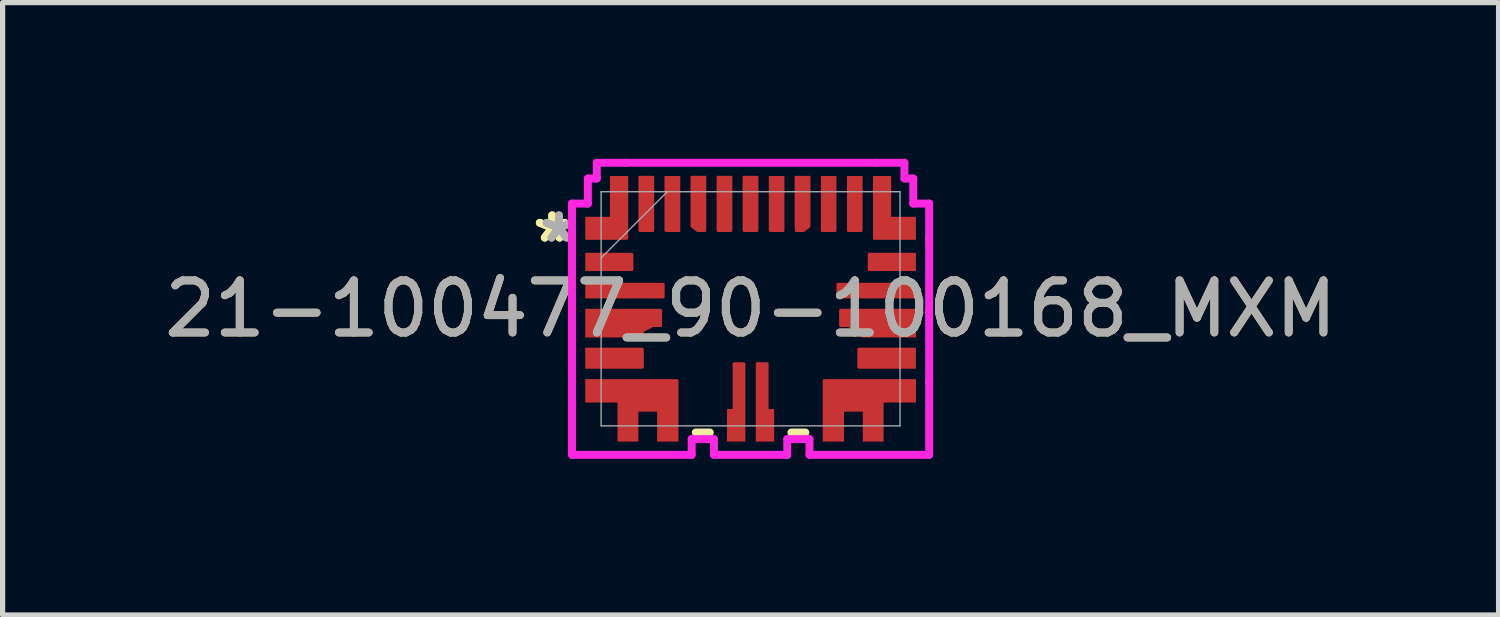
<source format=kicad_pcb>
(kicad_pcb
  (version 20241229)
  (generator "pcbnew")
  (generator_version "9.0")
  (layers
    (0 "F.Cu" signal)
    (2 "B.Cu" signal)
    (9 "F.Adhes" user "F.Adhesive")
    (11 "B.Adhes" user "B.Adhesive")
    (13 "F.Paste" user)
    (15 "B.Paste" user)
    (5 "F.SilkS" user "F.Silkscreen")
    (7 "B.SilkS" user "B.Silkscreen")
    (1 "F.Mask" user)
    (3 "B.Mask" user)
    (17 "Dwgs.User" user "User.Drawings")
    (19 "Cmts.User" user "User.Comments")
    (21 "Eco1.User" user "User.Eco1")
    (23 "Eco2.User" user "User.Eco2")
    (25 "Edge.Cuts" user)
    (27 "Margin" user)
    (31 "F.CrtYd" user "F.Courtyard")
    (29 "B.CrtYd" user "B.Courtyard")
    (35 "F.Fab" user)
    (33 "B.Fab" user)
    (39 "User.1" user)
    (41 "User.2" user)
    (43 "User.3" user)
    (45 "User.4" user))
  (footprint "21-100477_90-100168_MXM"
    (layer "F.Cu")
    (at 11.363 2.88)
    (property "Reference" "21-100477_90-100168_MXM" (at 0 0 0) (unlocked yes) (layer "F.SilkS") (effects (font (size 1 1) (thickness 0.15))))
    (attr smd)
    (fp_line (start -0.783 2.375) (end -1.052 2.375) (stroke (width 0.152) (type solid)) (layer "F.SilkS"))
    (fp_line (start 1.052 2.375) (end 0.783 2.375) (stroke (width 0.152) (type solid)) (layer "F.SilkS"))
    (fp_line (start -3.429 -2.021) (end -3.429 -1.329) (stroke (width 0.152) (type solid)) (layer "F.CrtYd"))
    (fp_line (start -3.429 -1.329) (end -3.429 -1.329) (stroke (width 0.152) (type solid)) (layer "F.CrtYd"))
    (fp_line (start -3.429 -1.329) (end -3.429 1.096) (stroke (width 0.152) (type solid)) (layer "F.CrtYd"))
    (fp_line (start -3.429 1.096) (end -3.429 1.096) (stroke (width 0.152) (type solid)) (layer "F.CrtYd"))
    (fp_line (start -3.429 1.096) (end -3.429 2.804) (stroke (width 0.152) (type solid)) (layer "F.CrtYd"))
    (fp_line (start -3.429 2.804) (end -1.131 2.804) (stroke (width 0.152) (type solid)) (layer "F.CrtYd"))
    (fp_line (start -3.124 -2.502) (end -3.124 -2.021) (stroke (width 0.152) (type solid)) (layer "F.CrtYd"))
    (fp_line (start -3.124 -2.021) (end -3.429 -2.021) (stroke (width 0.152) (type solid)) (layer "F.CrtYd"))
    (fp_line (start -2.954 -2.804) (end -2.954 -2.502) (stroke (width 0.152) (type solid)) (layer "F.CrtYd"))
    (fp_line (start -2.954 -2.502) (end -3.124 -2.502) (stroke (width 0.152) (type solid)) (layer "F.CrtYd"))
    (fp_line (start -2.405 -2.804) (end -2.954 -2.804) (stroke (width 0.152) (type solid)) (layer "F.CrtYd"))
    (fp_line (start -2.405 -2.804) (end -2.405 -2.804) (stroke (width 0.152) (type solid)) (layer "F.CrtYd"))
    (fp_line (start -1.131 2.502) (end -0.704 2.502) (stroke (width 0.152) (type solid)) (layer "F.CrtYd"))
    (fp_line (start -1.131 2.804) (end -1.131 2.502) (stroke (width 0.152) (type solid)) (layer "F.CrtYd"))
    (fp_line (start -0.704 2.502) (end -0.704 2.804) (stroke (width 0.152) (type solid)) (layer "F.CrtYd"))
    (fp_line (start -0.704 2.804) (end 0.704 2.804) (stroke (width 0.152) (type solid)) (layer "F.CrtYd"))
    (fp_line (start 0.704 2.502) (end 1.131 2.502) (stroke (width 0.152) (type solid)) (layer "F.CrtYd"))
    (fp_line (start 0.704 2.804) (end 0.704 2.502) (stroke (width 0.152) (type solid)) (layer "F.CrtYd"))
    (fp_line (start 1.131 2.502) (end 1.131 2.804) (stroke (width 0.152) (type solid)) (layer "F.CrtYd"))
    (fp_line (start 1.131 2.804) (end 3.429 2.804) (stroke (width 0.152) (type solid)) (layer "F.CrtYd"))
    (fp_line (start 2.405 -2.804) (end -2.405 -2.804) (stroke (width 0.152) (type solid)) (layer "F.CrtYd"))
    (fp_line (start 2.405 -2.804) (end 2.405 -2.804) (stroke (width 0.152) (type solid)) (layer "F.CrtYd"))
    (fp_line (start 2.954 -2.804) (end 2.405 -2.804) (stroke (width 0.152) (type solid)) (layer "F.CrtYd"))
    (fp_line (start 2.954 -2.502) (end 2.954 -2.804) (stroke (width 0.152) (type solid)) (layer "F.CrtYd"))
    (fp_line (start 3.124 -2.502) (end 2.954 -2.502) (stroke (width 0.152) (type solid)) (layer "F.CrtYd"))
    (fp_line (start 3.124 -2.021) (end 3.124 -2.502) (stroke (width 0.152) (type solid)) (layer "F.CrtYd"))
    (fp_line (start 3.429 -2.021) (end 3.124 -2.021) (stroke (width 0.152) (type solid)) (layer "F.CrtYd"))
    (fp_line (start 3.429 -1.329) (end 3.429 -2.021) (stroke (width 0.152) (type solid)) (layer "F.CrtYd"))
    (fp_line (start 3.429 -1.329) (end 3.429 -1.329) (stroke (width 0.152) (type solid)) (layer "F.CrtYd"))
    (fp_line (start 3.429 0.054) (end 3.429 -1.329) (stroke (width 0.152) (type solid)) (layer "F.CrtYd"))
    (fp_line (start 3.429 0.054) (end 3.429 0.054) (stroke (width 0.152) (type solid)) (layer "F.CrtYd"))
    (fp_line (start 3.429 1.404) (end 3.429 0.054) (stroke (width 0.152) (type solid)) (layer "F.CrtYd"))
    (fp_line (start 3.429 1.404) (end 3.429 1.404) (stroke (width 0.152) (type solid)) (layer "F.CrtYd"))
    (fp_line (start 3.429 2.804) (end 3.429 1.404) (stroke (width 0.152) (type solid)) (layer "F.CrtYd"))
    (fp_line (start -2.87 -2.248) (end -2.87 2.248) (stroke (width 0.025) (type solid)) (layer "F.Fab"))
    (fp_line (start -2.87 -0.978) (end -1.6 -2.248) (stroke (width 0.025) (type solid)) (layer "F.Fab"))
    (fp_line (start -2.87 2.248) (end 2.87 2.248) (stroke (width 0.025) (type solid)) (layer "F.Fab"))
    (fp_line (start 2.87 -2.248) (end -2.87 -2.248) (stroke (width 0.025) (type solid)) (layer "F.Fab"))
    (fp_line (start 2.87 2.248) (end 2.87 -2.248) (stroke (width 0.025) (type solid)) (layer "F.Fab"))
    (fp_text user "*" (at -3.81 -1.25 0) (unlocked yes) (layer "F.SilkS") (effects (font (size 1 1) (thickness 0.15))))
    (fp_text user "*" (at -3.81 -1.25 0) (layer "F.SilkS") (effects (font (size 1 1) (thickness 0.15))))
    (fp_text user "*" (at -3.679 -1.25 0) (layer "F.Fab") (effects (font (size 1 1) (thickness 0.15))))
    (fp_text user "${REFERENCE}" (at 0 0 0) (unlocked yes) (layer "F.Fab") (effects (font (size 1 1) (thickness 0.15))))
    (fp_text user "*" (at -3.679 -1.25 0) (unlocked yes) (layer "F.Fab") (effects (font (size 1 1) (thickness 0.15))))
    (pad "1" smd custom (at -2.525 -1.947) (size 0.35 1.206) (layers "F.Cu" "F.Mask" "F.Paste") (options (anchor rect)) (primitives (gr_poly (pts (xy 0.175 -0.603) (xy -0.175 -0.603) (xy -0.175 0.18) (xy -0.65 0.18) (xy -0.65 0.622) (xy 0.156 0.622) (xy 0.175 0.603)) (width 0) (fill yes))))
    (pad "2" smd custom (at -2.721 -0.899) (size 0.905 0.348) (layers "F.Cu" "F.Mask" "F.Paste") (options (anchor rect)) (primitives (gr_poly (pts (xy -0.454 -0.176) (xy -0.454 0.174) (xy 0.452 0.174) (xy 0.471 0.155) (xy 0.471 -0.157) (xy 0.452 -0.176)) (width 0) (fill yes))))
    (pad "3" smd custom (at -2.421 -0.347) (size 1.505 0.293) (layers "F.Cu" "F.Mask" "F.Paste") (options (anchor rect)) (primitives (gr_poly (pts (xy -0.754 0.147) (xy -0.754 -0.153) (xy 0.752 -0.153) (xy 0.771 -0.135) (xy 0.771 0.128) (xy 0.752 0.147)) (width 0) (fill yes))))
    (pad "4" smd custom (at -2.657 0.278) (size 1.034 0.544) (layers "F.Cu" "F.Mask" "F.Paste") (options (anchor rect)) (primitives (gr_poly (pts (xy -0.518 -0.278) (xy 0.938 -0.278) (xy 0.957 -0.259) (xy 0.957 0.053) (xy 0.938 0.072) (xy 0.782 0.072) (xy 0.625 0.154) (xy 0.561 0.217) (xy 0.536 0.253) (xy 0.517 0.272) (xy -0.518 0.272)) (width 0) (fill yes))))
    (pad "5" smd custom (at -2.621 0.948 90) (size 0.404 1.105) (layers "F.Cu" "F.Mask" "F.Paste") (options (anchor rect)) (primitives (gr_poly (pts (xy 0.198 -0.554) (xy -0.202 -0.554) (xy -0.202 0.552) (xy -0.183 0.571) (xy 0.179 0.571) (xy 0.198 0.552)) (width 0) (fill yes))))
    (pad "6" smd custom (at -2.282 1.578) (size 1.784 0.444) (layers "F.Cu" "F.Mask" "F.Paste") (options (anchor rect)) (primitives (gr_poly (pts (xy -0.893 -0.228) (xy -0.893 0.222) (xy -0.273 0.222) (xy -0.273 0.972) (xy 0.127 0.972) (xy 0.127 0.397) (xy 0.487 0.397) (xy 0.487 0.972) (xy 0.897 0.972) (xy 0.897 -0.209) (xy 0.878 -0.228)) (width 0) (fill yes))))
    (pad "7" smd custom (at -0.277 2.238 90) (size 0.624 0.353) (layers "F.Cu" "F.Mask" "F.Paste") (options (anchor rect)) (primitives (gr_poly (pts (xy -0.312 -0.173) (xy -0.312 0.177) (xy 1.194 0.177) (xy 1.213 0.158) (xy 1.213 -0.05) (xy 1.194 -0.068) (xy 0.313 -0.068) (xy 0.313 -0.173)) (width 0) (fill yes))))
    (pad "8" smd custom (at 0.277 2.238 90) (size 0.624 0.353) (layers "F.Cu" "F.Mask" "F.Paste") (options (anchor rect)) (primitives (gr_poly (pts (xy -0.312 0.173) (xy -0.312 -0.177) (xy 1.194 -0.177) (xy 1.213 -0.158) (xy 1.213 0.05) (xy 1.194 0.068) (xy 0.313 0.068) (xy 0.313 0.173)) (width 0) (fill yes))))
    (pad "9" smd custom (at 2.313 1.572 90) (size 0.437 1.727) (layers "F.Cu" "F.Mask" "F.Paste") (options (anchor rect)) (primitives (gr_poly (pts (xy 0.222 0.862) (xy -0.228 0.862) (xy -0.228 0.242) (xy -0.978 0.242) (xy -0.978 -0.158) (xy -0.403 -0.158) (xy -0.403 -0.518) (xy -0.978 -0.518) (xy -0.978 -0.928) (xy 0.203 -0.928) (xy 0.222 -0.91)) (width 0) (fill yes))))
    (pad "10" smd custom (at 2.621 0.948) (size 1.105 0.404) (layers "F.Cu" "F.Mask" "F.Paste") (options (anchor rect)) (primitives (gr_poly (pts (xy 0.554 -0.198) (xy 0.554 0.202) (xy -0.552 0.202) (xy -0.571 0.183) (xy -0.571 -0.179) (xy -0.552 -0.198)) (width 0) (fill yes))))
    (pad "11" smd custom (at 2.647 0.269) (size 1.052 0.525) (layers "F.Cu" "F.Mask" "F.Paste") (options (anchor rect)) (primitives (gr_poly (pts (xy 0.528 -0.269) (xy -0.928 -0.269) (xy -0.947 -0.25) (xy -0.947 0.062) (xy -0.928 0.081) (xy -0.772 0.081) (xy -0.615 0.163) (xy -0.552 0.226) (xy -0.526 0.262) (xy -0.507 0.281) (xy 0.528 0.281)) (width 0) (fill yes))))
    (pad "12" smd custom (at 2.421 -0.347) (size 1.505 0.293) (layers "F.Cu" "F.Mask" "F.Paste") (options (anchor rect)) (primitives (gr_poly (pts (xy 0.754 0.147) (xy 0.754 -0.153) (xy -0.752 -0.153) (xy -0.771 -0.135) (xy -0.771 0.128) (xy -0.752 0.147)) (width 0) (fill yes))))
    (pad "13" smd custom (at 2.721 -0.899) (size 0.905 0.348) (layers "F.Cu" "F.Mask" "F.Paste") (options (anchor rect)) (primitives (gr_poly (pts (xy 0.454 -0.176) (xy 0.454 0.174) (xy -0.452 0.174) (xy -0.471 0.155) (xy -0.471 -0.157) (xy -0.452 -0.176)) (width 0) (fill yes))))
    (pad "14" smd custom (at 2.762 -1.554) (size 0.824 0.42) (layers "F.Cu" "F.Mask" "F.Paste") (options (anchor rect)) (primitives (gr_poly (pts (xy -0.412 -0.996) (xy -0.062 -0.996) (xy -0.062 -0.213) (xy 0.413 -0.213) (xy 0.413 0.229) (xy -0.393 0.229) (xy -0.412 0.21)) (width 0) (fill yes))))
    (pad "15" smd custom (at 2.004 -2.019 90) (size 1.05 0.294) (layers "F.Cu" "F.Mask" "F.Paste") (options (anchor rect)) (primitives (gr_poly (pts (xy 0.531 -0.153) (xy 0.531 0.147) (xy -0.525 0.147) (xy -0.544 0.128) (xy -0.544 -0.134) (xy -0.525 -0.153)) (width 0) (fill yes))))
    (pad "16" smd custom (at 1.503 -2.019 90) (size 1.05 0.294) (layers "F.Cu" "F.Mask" "F.Paste") (options (anchor rect)) (primitives (gr_poly (pts (xy 0.531 -0.153) (xy 0.531 0.147) (xy -0.525 0.147) (xy -0.544 0.128) (xy -0.544 -0.134) (xy -0.525 -0.153)) (width 0) (fill yes))))
    (pad "17" smd custom (at 0.998 -2.062 90) (size 0.983 0.304) (layers "F.Cu" "F.Mask" "F.Paste") (options (anchor rect)) (primitives (gr_poly (pts (xy 0.488 0.152) (xy 0.488 -0.148) (xy -0.569 -0.148) (xy -0.587 -0.129) (xy -0.587 0.028) (xy -0.491 0.152)) (width 0) (fill yes))))
    (pad "18" smd custom (at 0.503 -2.019 90) (size 1.05 0.294) (layers "F.Cu" "F.Mask" "F.Paste") (options (anchor rect)) (primitives (gr_poly (pts (xy 0.531 -0.153) (xy 0.531 0.147) (xy -0.525 0.147) (xy -0.544 0.128) (xy -0.544 -0.134) (xy -0.525 -0.153)) (width 0) (fill yes))))
    (pad "19" smd custom (at -0.002 -2.024 90) (size 1.06 0.303) (layers "F.Cu" "F.Mask" "F.Paste") (options (anchor rect)) (primitives (gr_poly (pts (xy 0.526 -0.148) (xy 0.526 0.152) (xy -0.53 0.152) (xy -0.549 0.133) (xy -0.549 -0.13) (xy -0.53 -0.148)) (width 0) (fill yes))))
    (pad "20" smd custom (at -0.502 -2.024 90) (size 1.06 0.303) (layers "F.Cu" "F.Mask" "F.Paste") (options (anchor rect)) (primitives (gr_poly (pts (xy 0.526 -0.148) (xy 0.526 0.152) (xy -0.53 0.152) (xy -0.549 0.133) (xy -0.549 -0.13) (xy -0.53 -0.148)) (width 0) (fill yes))))
    (pad "21" smd custom (at -1.002 -2.072 90) (size 0.964 0.303) (layers "F.Cu" "F.Mask" "F.Paste") (options (anchor rect)) (primitives (gr_poly (pts (xy 0.478 -0.149) (xy 0.478 0.151) (xy -0.578 0.151) (xy -0.597 0.133) (xy -0.597 -0.025) (xy -0.501 -0.149)) (width 0) (fill yes))))
    (pad "22" smd custom (at -1.502 -2.019 90) (size 1.05 0.303) (layers "F.Cu" "F.Mask" "F.Paste") (options (anchor rect)) (primitives (gr_poly (pts (xy 0.531 -0.148) (xy 0.531 0.152) (xy -0.525 0.152) (xy -0.544 0.133) (xy -0.544 -0.13) (xy -0.525 -0.148)) (width 0) (fill yes))))
    (pad "23" smd custom (at -2.002 -2.024 90) (size 1.06 0.303) (layers "F.Cu" "F.Mask" "F.Paste") (options (anchor rect)) (primitives (gr_poly (pts (xy 0.526 -0.149) (xy 0.526 0.151) (xy -0.53 0.151) (xy -0.549 0.133) (xy -0.549 -0.13) (xy -0.53 -0.149)) (width 0) (fill yes)))))
  (gr_rect
    (start -3 -3)
    (end 25.726 8.76)
    (stroke (width 0.1) (type default))
    (fill no)
    (layer "Edge.Cuts")))
</source>
